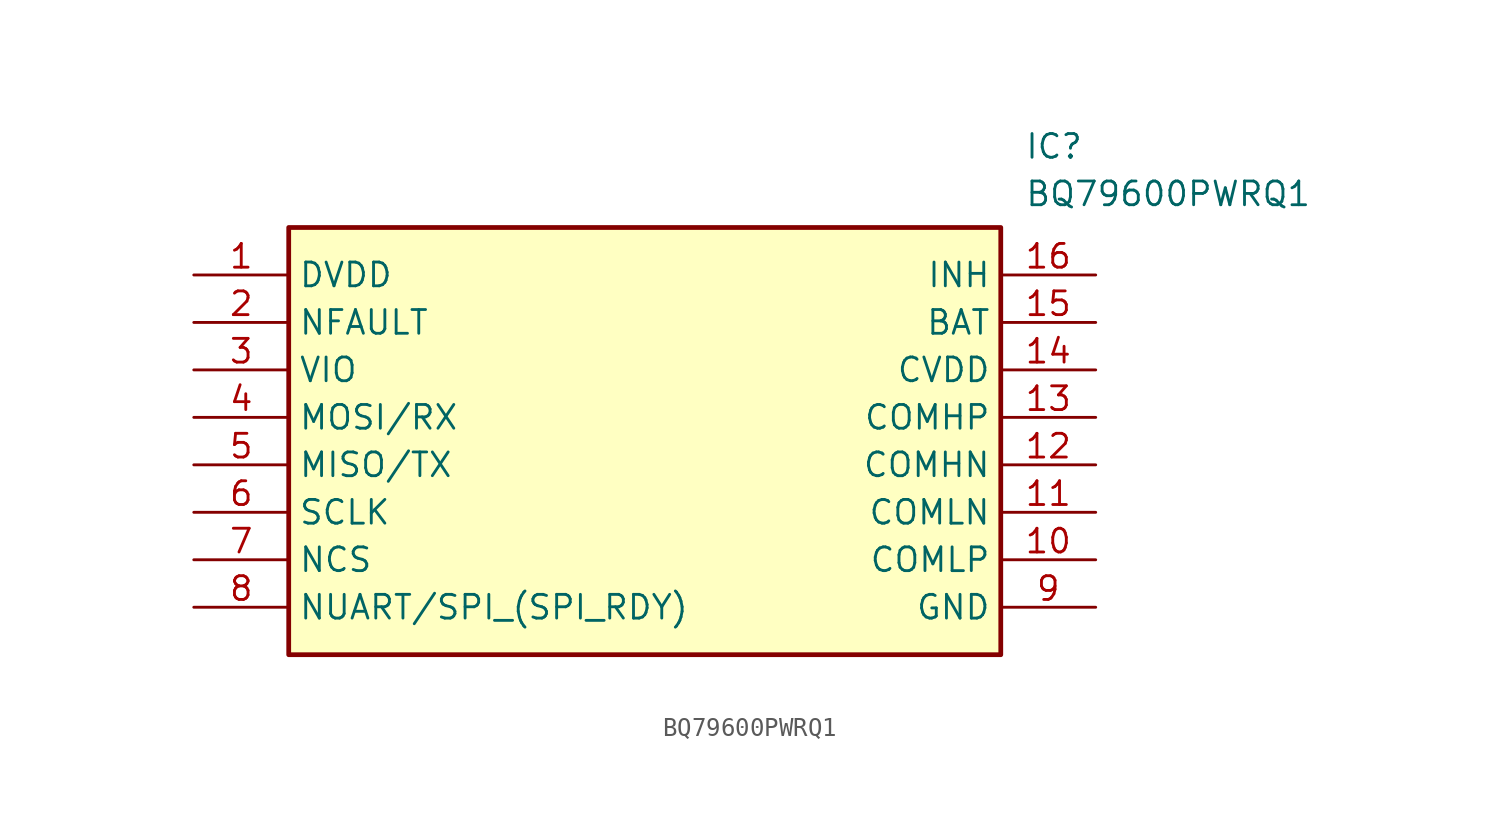
<source format=kicad_sym>
(kicad_symbol_lib
  (version 20211014)
  (generator SamacSys_ECAD_Model)
  (symbol "BQ79600PWRQ1"
    (property "Reference" "IC"
      (at 44.45 7.62 0)
      (effects (font (size 1.27 1.27)) (justify left top)))
    (property "Value" "BQ79600PWRQ1"
      (at 44.45 5.08 0)
      (effects (font (size 1.27 1.27)) (justify left top)))
    (rectangle
      (start 5.08 2.54)
      (end 43.18 -20.32)
      (stroke (width 0.254) (type default))
      (fill (type background)))
    (pin passive line
      (at 0 0 0)
      (length 5.08)
      (name "DVDD" (effects (font (size 1.27 1.27))))
      (number "1" (effects (font (size 1.27 1.27)))))
    (pin passive line
      (at 0 -2.54 0)
      (length 5.08)
      (name "NFAULT" (effects (font (size 1.27 1.27))))
      (number "2" (effects (font (size 1.27 1.27)))))
    (pin passive line
      (at 0 -5.08 0)
      (length 5.08)
      (name "VIO" (effects (font (size 1.27 1.27))))
      (number "3" (effects (font (size 1.27 1.27)))))
    (pin passive line
      (at 0 -7.62 0)
      (length 5.08)
      (name "MOSI/RX" (effects (font (size 1.27 1.27))))
      (number "4" (effects (font (size 1.27 1.27)))))
    (pin passive line
      (at 0 -10.16 0)
      (length 5.08)
      (name "MISO/TX" (effects (font (size 1.27 1.27))))
      (number "5" (effects (font (size 1.27 1.27)))))
    (pin passive line
      (at 0 -12.7 0)
      (length 5.08)
      (name "SCLK" (effects (font (size 1.27 1.27))))
      (number "6" (effects (font (size 1.27 1.27)))))
    (pin passive line
      (at 0 -15.24 0)
      (length 5.08)
      (name "NCS" (effects (font (size 1.27 1.27))))
      (number "7" (effects (font (size 1.27 1.27)))))
    (pin passive line
      (at 0 -17.78 0)
      (length 5.08)
      (name "NUART/SPI_(SPI_RDY)" (effects (font (size 1.27 1.27))))
      (number "8" (effects (font (size 1.27 1.27)))))
    (pin passive line
      (at 48.26 0 180)
      (length 5.08)
      (name "INH" (effects (font (size 1.27 1.27))))
      (number "16" (effects (font (size 1.27 1.27)))))
    (pin passive line
      (at 48.26 -2.54 180)
      (length 5.08)
      (name "BAT" (effects (font (size 1.27 1.27))))
      (number "15" (effects (font (size 1.27 1.27)))))
    (pin passive line
      (at 48.26 -5.08 180)
      (length 5.08)
      (name "CVDD" (effects (font (size 1.27 1.27))))
      (number "14" (effects (font (size 1.27 1.27)))))
    (pin passive line
      (at 48.26 -7.62 180)
      (length 5.08)
      (name "COMHP" (effects (font (size 1.27 1.27))))
      (number "13" (effects (font (size 1.27 1.27)))))
    (pin passive line
      (at 48.26 -10.16 180)
      (length 5.08)
      (name "COMHN" (effects (font (size 1.27 1.27))))
      (number "12" (effects (font (size 1.27 1.27)))))
    (pin passive line
      (at 48.26 -12.7 180)
      (length 5.08)
      (name "COMLN" (effects (font (size 1.27 1.27))))
      (number "11" (effects (font (size 1.27 1.27)))))
    (pin passive line
      (at 48.26 -15.24 180)
      (length 5.08)
      (name "COMLP" (effects (font (size 1.27 1.27))))
      (number "10" (effects (font (size 1.27 1.27)))))
    (pin passive line
      (at 48.26 -17.78 180)
      (length 5.08)
      (name "GND" (effects (font (size 1.27 1.27))))
      (number "9" (effects (font (size 1.27 1.27)))))))
</source>
